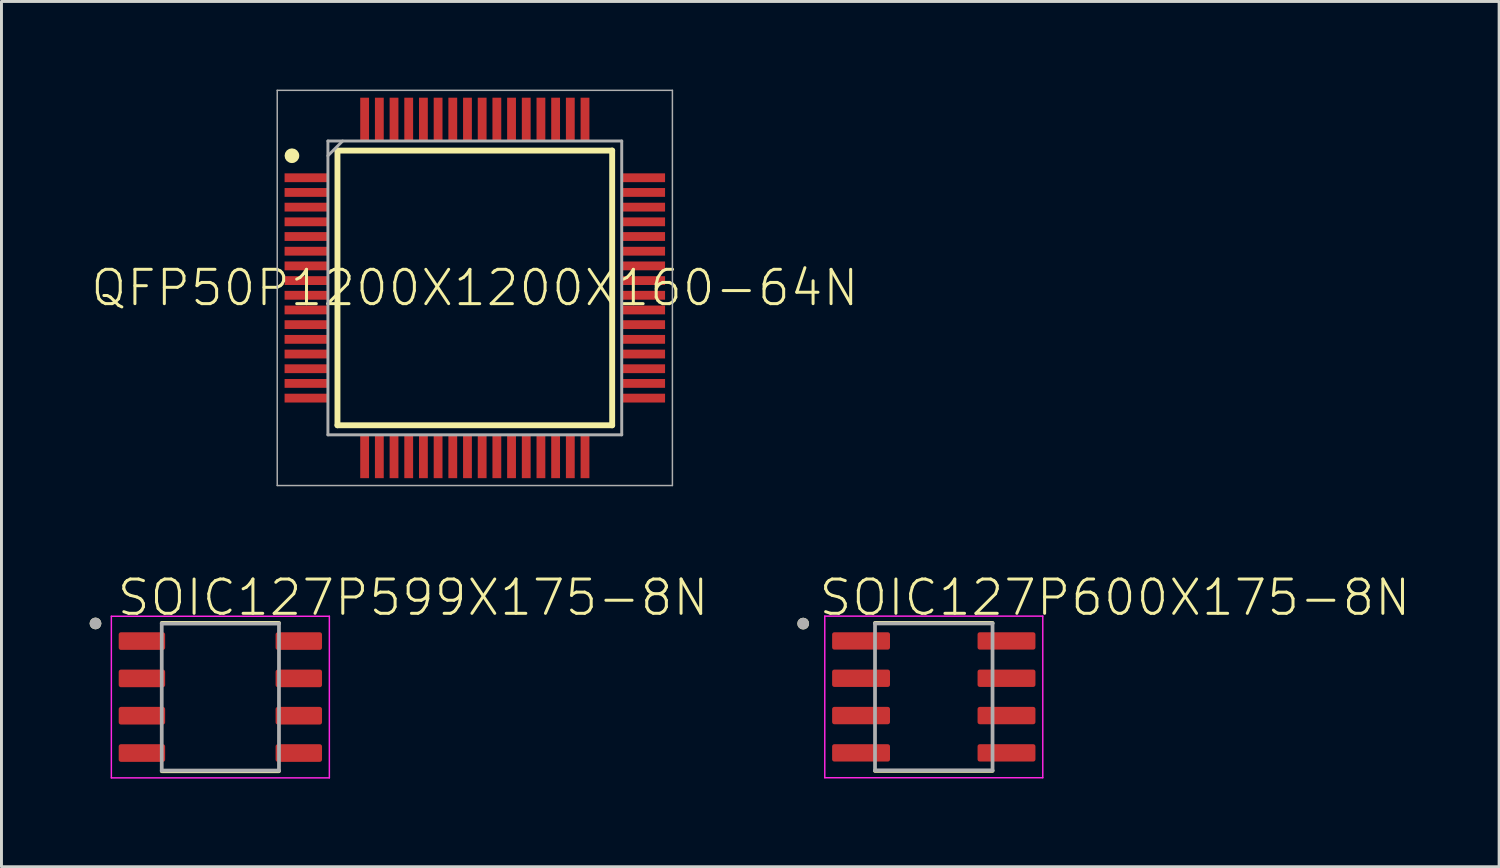
<source format=kicad_pcb>
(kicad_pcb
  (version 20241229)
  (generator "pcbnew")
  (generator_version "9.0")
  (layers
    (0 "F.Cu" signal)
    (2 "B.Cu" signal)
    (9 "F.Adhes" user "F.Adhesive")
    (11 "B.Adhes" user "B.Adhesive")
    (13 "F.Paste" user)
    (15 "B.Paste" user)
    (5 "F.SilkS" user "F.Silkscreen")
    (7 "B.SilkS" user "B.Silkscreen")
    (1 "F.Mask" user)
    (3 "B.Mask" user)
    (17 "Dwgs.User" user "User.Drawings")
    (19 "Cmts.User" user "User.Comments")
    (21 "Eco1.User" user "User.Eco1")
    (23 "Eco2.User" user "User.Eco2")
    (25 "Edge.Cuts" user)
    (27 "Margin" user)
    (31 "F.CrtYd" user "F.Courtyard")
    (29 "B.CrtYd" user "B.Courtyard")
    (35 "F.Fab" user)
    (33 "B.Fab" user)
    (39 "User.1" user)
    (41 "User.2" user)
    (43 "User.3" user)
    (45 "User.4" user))
  (footprint "SOIC127P599X175-8N"
    (layer "F.Cu")
    (at 4.45 20.675)
    (property "Reference" "SOIC127P599X175-8N" (at -3.575 -2.702 0) (unlocked yes) (layer "F.SilkS") (effects (font (size 1.168 1.168) (thickness 0.102)) (justify left bottom)))
    (fp_line (start -1.995 -2.525) (end 1.995 -2.525) (stroke (width 0.127) (type solid)) (layer "F.SilkS"))
    (fp_line (start -1.995 2.525) (end 1.995 2.525) (stroke (width 0.127) (type solid)) (layer "F.SilkS"))
    (fp_circle (center -4.25 -2.505) (end -4.15 -2.505) (stroke (width 0.2) (type solid)) (fill no) (layer "F.SilkS"))
    (fp_line (start -3.71 -2.75) (end -3.71 2.75) (stroke (width 0.05) (type solid)) (layer "F.CrtYd"))
    (fp_line (start -3.71 -2.75) (end 3.71 -2.75) (stroke (width 0.05) (type solid)) (layer "F.CrtYd"))
    (fp_line (start -3.71 2.75) (end 3.71 2.75) (stroke (width 0.05) (type solid)) (layer "F.CrtYd"))
    (fp_line (start 3.71 -2.75) (end 3.71 2.75) (stroke (width 0.05) (type solid)) (layer "F.CrtYd"))
    (fp_line (start -1.995 -2.5) (end -1.995 2.5) (stroke (width 0.127) (type solid)) (layer "F.Fab"))
    (fp_line (start -1.995 -2.5) (end 1.995 -2.5) (stroke (width 0.127) (type solid)) (layer "F.Fab"))
    (fp_line (start -1.995 2.5) (end 1.995 2.5) (stroke (width 0.127) (type solid)) (layer "F.Fab"))
    (fp_line (start 1.995 -2.5) (end 1.995 2.5) (stroke (width 0.127) (type solid)) (layer "F.Fab"))
    (fp_circle (center -4.25 -2.505) (end -4.15 -2.505) (stroke (width 0.2) (type solid)) (fill no) (layer "F.Fab"))
    (pad "1" smd roundrect (at -2.67 -1.905) (size 1.58 0.6) (layers "F.Cu" "F.Mask" "F.Paste") (roundrect_rratio 0.125))
    (pad "2" smd roundrect (at -2.67 -0.635) (size 1.58 0.6) (layers "F.Cu" "F.Mask" "F.Paste") (roundrect_rratio 0.125))
    (pad "3" smd roundrect (at -2.67 0.635) (size 1.58 0.6) (layers "F.Cu" "F.Mask" "F.Paste") (roundrect_rratio 0.125))
    (pad "4" smd roundrect (at -2.67 1.905) (size 1.58 0.6) (layers "F.Cu" "F.Mask" "F.Paste") (roundrect_rratio 0.125))
    (pad "5" smd roundrect (at 2.67 1.905) (size 1.58 0.6) (layers "F.Cu" "F.Mask" "F.Paste") (roundrect_rratio 0.125))
    (pad "6" smd roundrect (at 2.67 0.635) (size 1.58 0.6) (layers "F.Cu" "F.Mask" "F.Paste") (roundrect_rratio 0.125))
    (pad "7" smd roundrect (at 2.67 -0.635) (size 1.58 0.6) (layers "F.Cu" "F.Mask" "F.Paste") (roundrect_rratio 0.125))
    (pad "8" smd roundrect (at 2.67 -1.905) (size 1.58 0.6) (layers "F.Cu" "F.Mask" "F.Paste") (roundrect_rratio 0.125)))
  (footprint "QFP50P1200X1200X160-64N"
    (layer "F.Cu")
    (at 13.111 6.75)
    (property "Reference" "QFP50P1200X1200X160-64N" (at 0 0 0) (unlocked yes) (layer "F.SilkS") (effects (font (size 1.168 1.168) (thickness 0.102))))
    (fp_line (start -4.675 -4.675) (end 4.675 -4.675) (stroke (width 0.2) (type solid)) (layer "F.SilkS"))
    (fp_line (start -4.675 4.675) (end -4.675 -4.675) (stroke (width 0.2) (type solid)) (layer "F.SilkS"))
    (fp_line (start 4.675 -4.675) (end 4.675 4.675) (stroke (width 0.2) (type solid)) (layer "F.SilkS"))
    (fp_line (start 4.675 4.675) (end -4.675 4.675) (stroke (width 0.2) (type solid)) (layer "F.SilkS"))
    (fp_circle (center -6.225 -4.5) (end -6.1 -4.5) (stroke (width 0.25) (type solid)) (fill no) (layer "F.SilkS"))
    (fp_line (start -6.725 -6.725) (end 6.725 -6.725) (stroke (width 0.05) (type solid)) (layer "F.Fab"))
    (fp_line (start -6.725 6.725) (end -6.725 -6.725) (stroke (width 0.05) (type solid)) (layer "F.Fab"))
    (fp_line (start -5 -5) (end 5 -5) (stroke (width 0.1) (type solid)) (layer "F.Fab"))
    (fp_line (start -5 -4.5) (end -4.5 -5) (stroke (width 0.1) (type solid)) (layer "F.Fab"))
    (fp_line (start -5 5) (end -5 -5) (stroke (width 0.1) (type solid)) (layer "F.Fab"))
    (fp_line (start 5 -5) (end 5 5) (stroke (width 0.1) (type solid)) (layer "F.Fab"))
    (fp_line (start 5 5) (end -5 5) (stroke (width 0.1) (type solid)) (layer "F.Fab"))
    (fp_line (start 6.725 -6.725) (end 6.725 6.725) (stroke (width 0.05) (type solid)) (layer "F.Fab"))
    (fp_line (start 6.725 6.725) (end -6.725 6.725) (stroke (width 0.05) (type solid)) (layer "F.Fab"))
    (pad "1" smd rect (at -5.75 -3.75) (size 1.45 0.3) (layers "F.Cu" "F.Mask" "F.Paste"))
    (pad "2" smd rect (at -5.75 -3.25) (size 1.45 0.3) (layers "F.Cu" "F.Mask" "F.Paste"))
    (pad "3" smd rect (at -5.75 -2.75) (size 1.45 0.3) (layers "F.Cu" "F.Mask" "F.Paste"))
    (pad "4" smd rect (at -5.75 -2.25) (size 1.45 0.3) (layers "F.Cu" "F.Mask" "F.Paste"))
    (pad "5" smd rect (at -5.75 -1.75) (size 1.45 0.3) (layers "F.Cu" "F.Mask" "F.Paste"))
    (pad "6" smd rect (at -5.75 -1.25) (size 1.45 0.3) (layers "F.Cu" "F.Mask" "F.Paste"))
    (pad "7" smd rect (at -5.75 -0.75) (size 1.45 0.3) (layers "F.Cu" "F.Mask" "F.Paste"))
    (pad "8" smd rect (at -5.75 -0.25) (size 1.45 0.3) (layers "F.Cu" "F.Mask" "F.Paste"))
    (pad "9" smd rect (at -5.75 0.25) (size 1.45 0.3) (layers "F.Cu" "F.Mask" "F.Paste"))
    (pad "10" smd rect (at -5.75 0.75) (size 1.45 0.3) (layers "F.Cu" "F.Mask" "F.Paste"))
    (pad "11" smd rect (at -5.75 1.25) (size 1.45 0.3) (layers "F.Cu" "F.Mask" "F.Paste"))
    (pad "12" smd rect (at -5.75 1.75) (size 1.45 0.3) (layers "F.Cu" "F.Mask" "F.Paste"))
    (pad "13" smd rect (at -5.75 2.25) (size 1.45 0.3) (layers "F.Cu" "F.Mask" "F.Paste"))
    (pad "14" smd rect (at -5.75 2.75) (size 1.45 0.3) (layers "F.Cu" "F.Mask" "F.Paste"))
    (pad "15" smd rect (at -5.75 3.25) (size 1.45 0.3) (layers "F.Cu" "F.Mask" "F.Paste"))
    (pad "16" smd rect (at -5.75 3.75) (size 1.45 0.3) (layers "F.Cu" "F.Mask" "F.Paste"))
    (pad "17" smd rect (at -3.75 5.75) (size 0.3 1.45) (layers "F.Cu" "F.Mask" "F.Paste"))
    (pad "18" smd rect (at -3.25 5.75) (size 0.3 1.45) (layers "F.Cu" "F.Mask" "F.Paste"))
    (pad "19" smd rect (at -2.75 5.75) (size 0.3 1.45) (layers "F.Cu" "F.Mask" "F.Paste"))
    (pad "20" smd rect (at -2.25 5.75) (size 0.3 1.45) (layers "F.Cu" "F.Mask" "F.Paste"))
    (pad "21" smd rect (at -1.75 5.75) (size 0.3 1.45) (layers "F.Cu" "F.Mask" "F.Paste"))
    (pad "22" smd rect (at -1.25 5.75) (size 0.3 1.45) (layers "F.Cu" "F.Mask" "F.Paste"))
    (pad "23" smd rect (at -0.75 5.75) (size 0.3 1.45) (layers "F.Cu" "F.Mask" "F.Paste"))
    (pad "24" smd rect (at -0.25 5.75) (size 0.3 1.45) (layers "F.Cu" "F.Mask" "F.Paste"))
    (pad "25" smd rect (at 0.25 5.75) (size 0.3 1.45) (layers "F.Cu" "F.Mask" "F.Paste"))
    (pad "26" smd rect (at 0.75 5.75) (size 0.3 1.45) (layers "F.Cu" "F.Mask" "F.Paste"))
    (pad "27" smd rect (at 1.25 5.75) (size 0.3 1.45) (layers "F.Cu" "F.Mask" "F.Paste"))
    (pad "28" smd rect (at 1.75 5.75) (size 0.3 1.45) (layers "F.Cu" "F.Mask" "F.Paste"))
    (pad "29" smd rect (at 2.25 5.75) (size 0.3 1.45) (layers "F.Cu" "F.Mask" "F.Paste"))
    (pad "30" smd rect (at 2.75 5.75) (size 0.3 1.45) (layers "F.Cu" "F.Mask" "F.Paste"))
    (pad "31" smd rect (at 3.25 5.75) (size 0.3 1.45) (layers "F.Cu" "F.Mask" "F.Paste"))
    (pad "32" smd rect (at 3.75 5.75) (size 0.3 1.45) (layers "F.Cu" "F.Mask" "F.Paste"))
    (pad "33" smd rect (at 5.75 3.75) (size 1.45 0.3) (layers "F.Cu" "F.Mask" "F.Paste"))
    (pad "34" smd rect (at 5.75 3.25) (size 1.45 0.3) (layers "F.Cu" "F.Mask" "F.Paste"))
    (pad "35" smd rect (at 5.75 2.75) (size 1.45 0.3) (layers "F.Cu" "F.Mask" "F.Paste"))
    (pad "36" smd rect (at 5.75 2.25) (size 1.45 0.3) (layers "F.Cu" "F.Mask" "F.Paste"))
    (pad "37" smd rect (at 5.75 1.75) (size 1.45 0.3) (layers "F.Cu" "F.Mask" "F.Paste"))
    (pad "38" smd rect (at 5.75 1.25) (size 1.45 0.3) (layers "F.Cu" "F.Mask" "F.Paste"))
    (pad "39" smd rect (at 5.75 0.75) (size 1.45 0.3) (layers "F.Cu" "F.Mask" "F.Paste"))
    (pad "40" smd rect (at 5.75 0.25) (size 1.45 0.3) (layers "F.Cu" "F.Mask" "F.Paste"))
    (pad "41" smd rect (at 5.75 -0.25) (size 1.45 0.3) (layers "F.Cu" "F.Mask" "F.Paste"))
    (pad "42" smd rect (at 5.75 -0.75) (size 1.45 0.3) (layers "F.Cu" "F.Mask" "F.Paste"))
    (pad "43" smd rect (at 5.75 -1.25) (size 1.45 0.3) (layers "F.Cu" "F.Mask" "F.Paste"))
    (pad "44" smd rect (at 5.75 -1.75) (size 1.45 0.3) (layers "F.Cu" "F.Mask" "F.Paste"))
    (pad "45" smd rect (at 5.75 -2.25) (size 1.45 0.3) (layers "F.Cu" "F.Mask" "F.Paste"))
    (pad "46" smd rect (at 5.75 -2.75) (size 1.45 0.3) (layers "F.Cu" "F.Mask" "F.Paste"))
    (pad "47" smd rect (at 5.75 -3.25) (size 1.45 0.3) (layers "F.Cu" "F.Mask" "F.Paste"))
    (pad "48" smd rect (at 5.75 -3.75) (size 1.45 0.3) (layers "F.Cu" "F.Mask" "F.Paste"))
    (pad "49" smd rect (at 3.75 -5.75) (size 0.3 1.45) (layers "F.Cu" "F.Mask" "F.Paste"))
    (pad "50" smd rect (at 3.25 -5.75) (size 0.3 1.45) (layers "F.Cu" "F.Mask" "F.Paste"))
    (pad "51" smd rect (at 2.75 -5.75) (size 0.3 1.45) (layers "F.Cu" "F.Mask" "F.Paste"))
    (pad "52" smd rect (at 2.25 -5.75) (size 0.3 1.45) (layers "F.Cu" "F.Mask" "F.Paste"))
    (pad "53" smd rect (at 1.75 -5.75) (size 0.3 1.45) (layers "F.Cu" "F.Mask" "F.Paste"))
    (pad "54" smd rect (at 1.25 -5.75) (size 0.3 1.45) (layers "F.Cu" "F.Mask" "F.Paste"))
    (pad "55" smd rect (at 0.75 -5.75) (size 0.3 1.45) (layers "F.Cu" "F.Mask" "F.Paste"))
    (pad "56" smd rect (at 0.25 -5.75) (size 0.3 1.45) (layers "F.Cu" "F.Mask" "F.Paste"))
    (pad "57" smd rect (at -0.25 -5.75) (size 0.3 1.45) (layers "F.Cu" "F.Mask" "F.Paste"))
    (pad "58" smd rect (at -0.75 -5.75) (size 0.3 1.45) (layers "F.Cu" "F.Mask" "F.Paste"))
    (pad "59" smd rect (at -1.25 -5.75) (size 0.3 1.45) (layers "F.Cu" "F.Mask" "F.Paste"))
    (pad "60" smd rect (at -1.75 -5.75) (size 0.3 1.45) (layers "F.Cu" "F.Mask" "F.Paste"))
    (pad "61" smd rect (at -2.25 -5.75) (size 0.3 1.45) (layers "F.Cu" "F.Mask" "F.Paste"))
    (pad "62" smd rect (at -2.75 -5.75) (size 0.3 1.45) (layers "F.Cu" "F.Mask" "F.Paste"))
    (pad "63" smd rect (at -3.25 -5.75) (size 0.3 1.45) (layers "F.Cu" "F.Mask" "F.Paste"))
    (pad "64" smd rect (at -3.75 -5.75) (size 0.3 1.45) (layers "F.Cu" "F.Mask" "F.Paste")))
  (footprint "SOIC127P600X175-8N"
    (layer "F.Cu")
    (at 28.732 20.67)
    (property "Reference" "SOIC127P600X175-8N" (at -3.97 -2.697 0) (unlocked yes) (layer "F.SilkS") (effects (font (size 1.168 1.168) (thickness 0.102)) (justify left bottom)))
    (fp_line (start -2 -2.52) (end 2 -2.52) (stroke (width 0.127) (type solid)) (layer "F.SilkS"))
    (fp_line (start -2 2.52) (end 2 2.52) (stroke (width 0.127) (type solid)) (layer "F.SilkS"))
    (fp_circle (center -4.445 -2.495) (end -4.345 -2.495) (stroke (width 0.2) (type solid)) (fill no) (layer "F.SilkS"))
    (fp_line (start -3.71 -2.75) (end -3.71 2.75) (stroke (width 0.05) (type solid)) (layer "F.CrtYd"))
    (fp_line (start -3.71 -2.75) (end 3.71 -2.75) (stroke (width 0.05) (type solid)) (layer "F.CrtYd"))
    (fp_line (start -3.71 2.75) (end 3.71 2.75) (stroke (width 0.05) (type solid)) (layer "F.CrtYd"))
    (fp_line (start 3.71 -2.75) (end 3.71 2.75) (stroke (width 0.05) (type solid)) (layer "F.CrtYd"))
    (fp_line (start -2 -2.5) (end -2 2.5) (stroke (width 0.127) (type solid)) (layer "F.Fab"))
    (fp_line (start -2 -2.5) (end 2 -2.5) (stroke (width 0.127) (type solid)) (layer "F.Fab"))
    (fp_line (start -2 2.5) (end 2 2.5) (stroke (width 0.127) (type solid)) (layer "F.Fab"))
    (fp_line (start 2 -2.5) (end 2 2.5) (stroke (width 0.127) (type solid)) (layer "F.Fab"))
    (fp_circle (center -4.445 -2.495) (end -4.345 -2.495) (stroke (width 0.2) (type solid)) (fill no) (layer "F.Fab"))
    (pad "1" smd roundrect (at -2.475 -1.905) (size 1.97 0.59) (layers "F.Cu" "F.Mask" "F.Paste") (roundrect_rratio 0.125))
    (pad "2" smd roundrect (at -2.475 -0.635) (size 1.97 0.59) (layers "F.Cu" "F.Mask" "F.Paste") (roundrect_rratio 0.125))
    (pad "3" smd roundrect (at -2.475 0.635) (size 1.97 0.59) (layers "F.Cu" "F.Mask" "F.Paste") (roundrect_rratio 0.125))
    (pad "4" smd roundrect (at -2.475 1.905) (size 1.97 0.59) (layers "F.Cu" "F.Mask" "F.Paste") (roundrect_rratio 0.125))
    (pad "5" smd roundrect (at 2.475 1.905) (size 1.97 0.59) (layers "F.Cu" "F.Mask" "F.Paste") (roundrect_rratio 0.125))
    (pad "6" smd roundrect (at 2.475 0.635) (size 1.97 0.59) (layers "F.Cu" "F.Mask" "F.Paste") (roundrect_rratio 0.125))
    (pad "7" smd roundrect (at 2.475 -0.635) (size 1.97 0.59) (layers "F.Cu" "F.Mask" "F.Paste") (roundrect_rratio 0.125))
    (pad "8" smd roundrect (at 2.475 -1.905) (size 1.97 0.59) (layers "F.Cu" "F.Mask" "F.Paste") (roundrect_rratio 0.125)))
  (gr_rect
    (start -3 -3)
    (end 47.974 26.45)
    (stroke (width 0.1) (type default))
    (fill no)
    (layer "Edge.Cuts")))
</source>
